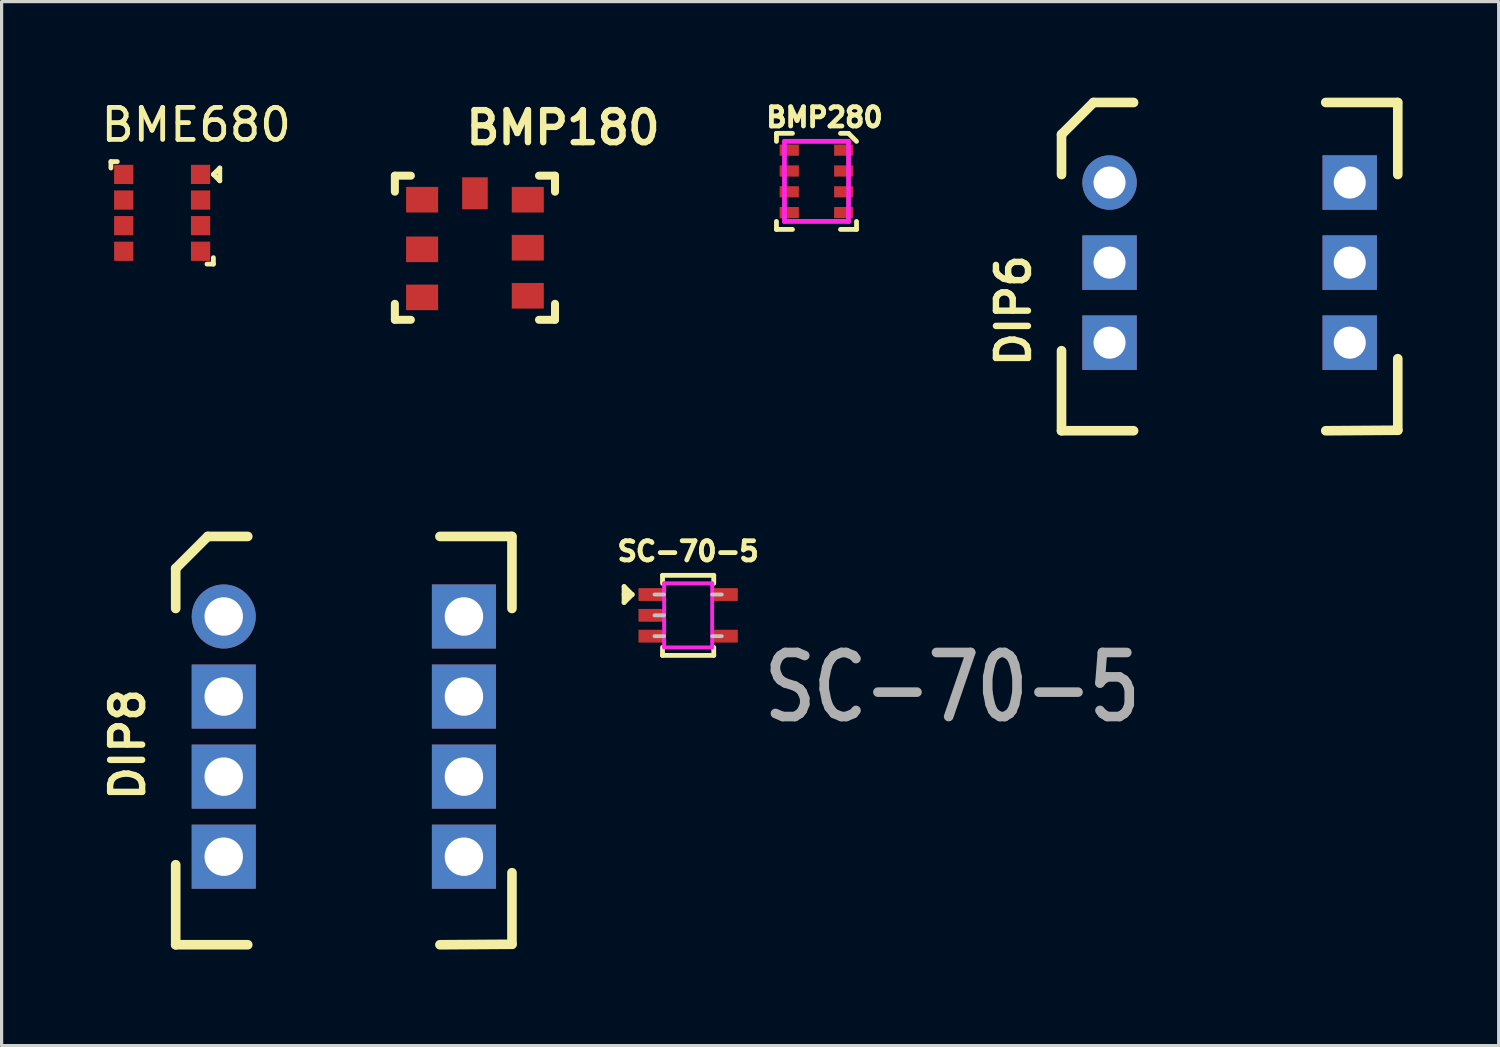
<source format=kicad_pcb>
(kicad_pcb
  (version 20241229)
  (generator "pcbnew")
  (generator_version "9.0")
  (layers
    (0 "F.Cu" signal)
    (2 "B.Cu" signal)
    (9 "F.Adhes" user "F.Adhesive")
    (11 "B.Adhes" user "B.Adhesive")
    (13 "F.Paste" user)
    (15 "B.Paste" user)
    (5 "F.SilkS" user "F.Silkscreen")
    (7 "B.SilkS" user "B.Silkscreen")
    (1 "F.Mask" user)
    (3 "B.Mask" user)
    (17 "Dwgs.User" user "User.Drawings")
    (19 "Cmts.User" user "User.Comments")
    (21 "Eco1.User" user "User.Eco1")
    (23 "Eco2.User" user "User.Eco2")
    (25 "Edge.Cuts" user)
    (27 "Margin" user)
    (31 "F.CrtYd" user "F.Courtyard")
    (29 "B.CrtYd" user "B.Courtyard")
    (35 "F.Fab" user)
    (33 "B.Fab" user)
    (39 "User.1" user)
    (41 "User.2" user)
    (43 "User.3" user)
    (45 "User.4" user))
  (footprint "BME680"
    (layer "F.Cu")
    (at 0.813 2.396)
    (property "Reference" "BME680" (at 2.264 -1.548 0) (layer "F.SilkS") (effects (font (size 1 1) (thickness 0.15))))
    (attr through_hole)
    (fp_line (start -0.4 -0.4) (end -0.2 -0.4) (stroke (width 0.15) (type solid)) (layer "F.SilkS"))
    (fp_line (start -0.4 -0.2) (end -0.4 -0.4) (stroke (width 0.15) (type solid)) (layer "F.SilkS"))
    (fp_line (start 2.6 2.8) (end 2.8 2.8) (stroke (width 0.15) (type solid)) (layer "F.SilkS"))
    (fp_line (start 2.8 0) (end 3 0.2) (stroke (width 0.15) (type solid)) (layer "F.SilkS"))
    (fp_line (start 2.8 2.8) (end 2.8 2.6) (stroke (width 0.15) (type solid)) (layer "F.SilkS"))
    (fp_line (start 3 -0.2) (end 2.8 0) (stroke (width 0.15) (type solid)) (layer "F.SilkS"))
    (fp_line (start 3 0.2) (end 3 -0.2) (stroke (width 0.15) (type solid)) (layer "F.SilkS"))
    (pad "1" smd rect (at 2.4 0) (size 0.6 0.6) (layers "F.Cu" "F.Mask" "F.Paste"))
    (pad "2" smd rect (at 2.4 0.8) (size 0.6 0.6) (layers "F.Cu" "F.Mask" "F.Paste"))
    (pad "3" smd rect (at 2.4 1.6) (size 0.6 0.6) (layers "F.Cu" "F.Mask" "F.Paste"))
    (pad "4" smd rect (at 2.4 2.4) (size 0.6 0.6) (layers "F.Cu" "F.Mask" "F.Paste"))
    (pad "5" smd rect (at 0 2.4) (size 0.6 0.6) (layers "F.Cu" "F.Mask" "F.Paste"))
    (pad "6" smd rect (at 0 1.6) (size 0.6 0.6) (layers "F.Cu" "F.Mask" "F.Paste"))
    (pad "7" smd rect (at 0 0.8) (size 0.6 0.6) (layers "F.Cu" "F.Mask" "F.Paste"))
    (pad "8" smd rect (at 0 0) (size 0.6 0.6) (layers "F.Cu" "F.Mask" "F.Paste")))
  (footprint "DIP6"
    (layer "F.Cu")
    (at 31.596 2.65)
    (property "Reference" "DIP6" (at -3 4 90) (layer "F.SilkS") (effects (font (size 1 1) (thickness 0.2))))
    (attr through_hole)
    (fp_line (start -1.5 -1.5) (end -1.5 -0.25) (stroke (width 0.3) (type solid)) (layer "F.SilkS"))
    (fp_line (start -1.5 7.75) (end -1.5 5.25) (stroke (width 0.3) (type solid)) (layer "F.SilkS"))
    (fp_line (start -1.5 7.75) (end 0.75 7.75) (stroke (width 0.3) (type solid)) (layer "F.SilkS"))
    (fp_line (start -0.5 -2.5) (end -1.5 -1.5) (stroke (width 0.3) (type solid)) (layer "F.SilkS"))
    (fp_line (start 0.75 -2.5) (end -0.5 -2.5) (stroke (width 0.3) (type solid)) (layer "F.SilkS"))
    (fp_line (start 8.992 -2.5) (end 6.75 -2.5) (stroke (width 0.3) (type solid)) (layer "F.SilkS"))
    (fp_line (start 9 -2.5) (end 9 -0.25) (stroke (width 0.3) (type solid)) (layer "F.SilkS"))
    (fp_line (start 9 5.5) (end 9 7.735) (stroke (width 0.3) (type solid)) (layer "F.SilkS"))
    (fp_line (start 9 7.735) (end 6.75 7.75) (stroke (width 0.3) (type solid)) (layer "F.SilkS"))
    (pad "1" thru_hole circle (at 0 0) (size 1.7 1.7) (drill 1) (layers "*.Cu" "*.Paste" "*.Mask"))
    (pad "2" thru_hole rect (at 0 2.5) (size 1.7 1.7) (drill 1) (layers "*.Cu" "*.Paste" "*.Mask"))
    (pad "3" thru_hole rect (at 0 5) (size 1.7 1.7) (drill 1) (layers "*.Cu" "*.Paste" "*.Mask"))
    (pad "4" thru_hole rect (at 7.5 5) (size 1.7 1.7) (drill 1) (layers "*.Cu" "*.Paste" "*.Mask"))
    (pad "5" thru_hole rect (at 7.5 2.5) (size 1.7 1.7) (drill 1) (layers "*.Cu" "*.Paste" "*.Mask"))
    (pad "6" thru_hole rect (at 7.5 0) (size 1.7 1.7) (drill 1) (layers "*.Cu" "*.Paste" "*.Mask")))
  (footprint "SC-70-5"
    (layer "F.Cu")
    (at 18.437 16.164)
    (property "Reference" "SC-70-5" (at 0 -2 0) (layer "F.SilkS") (effects (font (size 0.6 0.6) (thickness 0.15))))
    (attr smd)
    (fp_line (start -2 -0.4) (end -2 -0.9) (stroke (width 0.15) (type solid)) (layer "F.SilkS"))
    (fp_line (start -1.75 -0.65) (end -2 -0.9) (stroke (width 0.15) (type solid)) (layer "F.SilkS"))
    (fp_line (start -1.75 -0.65) (end -2 -0.65) (stroke (width 0.15) (type solid)) (layer "F.SilkS"))
    (fp_line (start -1.75 -0.65) (end -2 -0.4) (stroke (width 0.15) (type solid)) (layer "F.SilkS"))
    (fp_line (start -0.8 -1.25) (end 0.8 -1.25) (stroke (width 0.15) (type solid)) (layer "F.SilkS"))
    (fp_line (start -0.8 -1) (end -0.8 -1.25) (stroke (width 0.15) (type solid)) (layer "F.SilkS"))
    (fp_line (start -0.8 1.25) (end -0.8 1) (stroke (width 0.15) (type solid)) (layer "F.SilkS"))
    (fp_line (start 0.8 -1.25) (end 0.8 -1) (stroke (width 0.15) (type solid)) (layer "F.SilkS"))
    (fp_line (start 0.8 1) (end 0.8 1.25) (stroke (width 0.15) (type solid)) (layer "F.SilkS"))
    (fp_line (start 0.8 1.25) (end -0.8 1.25) (stroke (width 0.15) (type solid)) (layer "F.SilkS"))
    (fp_line (start -0.75 -0.65) (end -1.05 -0.65) (stroke (width 0.12) (type solid)) (layer "Dwgs.User"))
    (fp_line (start -0.75 0) (end -1.05 0) (stroke (width 0.12) (type solid)) (layer "Dwgs.User"))
    (fp_line (start -0.75 0.65) (end -1.05 0.65) (stroke (width 0.12) (type solid)) (layer "Dwgs.User"))
    (fp_line (start 1.05 -0.65) (end 0.75 -0.65) (stroke (width 0.12) (type solid)) (layer "Dwgs.User"))
    (fp_line (start 1.05 0.65) (end 0.75 0.65) (stroke (width 0.12) (type solid)) (layer "Dwgs.User"))
    (fp_line (start -0.75 -1) (end 0.75 -1) (stroke (width 0.12) (type solid)) (layer "F.CrtYd"))
    (fp_line (start -0.75 1) (end -0.75 -1) (stroke (width 0.12) (type solid)) (layer "F.CrtYd"))
    (fp_line (start 0.75 -1) (end 0.75 1) (stroke (width 0.12) (type solid)) (layer "F.CrtYd"))
    (fp_line (start 0.75 1) (end -0.75 1) (stroke (width 0.12) (type solid)) (layer "F.CrtYd"))
    (fp_text user "${REFERENCE}" (at 8.25 2.25 180) (layer "F.Fab") (effects (font (size 2 1.6) (thickness 0.3))))
    (pad "1" smd rect (at -1.15 -0.65) (size 0.8 0.4) (layers "F.Cu" "F.Mask" "F.Paste"))
    (pad "2" smd rect (at -1.15 0) (size 0.8 0.4) (layers "F.Cu" "F.Mask" "F.Paste"))
    (pad "3" smd rect (at -1.15 0.65) (size 0.8 0.4) (layers "F.Cu" "F.Mask" "F.Paste"))
    (pad "4" smd rect (at 1.15 0.65) (size 0.8 0.4) (layers "F.Cu" "F.Mask" "F.Paste"))
    (pad "5" smd rect (at 1.15 -0.65) (size 0.8 0.4) (layers "F.Cu" "F.Mask" "F.Paste")))
  (footprint "BMP280"
    (layer "F.Cu")
    (at 22.445 2.614)
    (property "Reference" "BMP280" (at 0.25 -2 0) (layer "F.SilkS") (effects (font (size 0.6 0.6) (thickness 0.15))))
    (attr through_hole)
    (fp_line (start -1.25 -1.5) (end -1.25 -1.25) (stroke (width 0.15) (type solid)) (layer "F.SilkS"))
    (fp_line (start -1.25 1.25) (end -1.25 1.5) (stroke (width 0.15) (type solid)) (layer "F.SilkS"))
    (fp_line (start -1.25 1.5) (end -0.75 1.5) (stroke (width 0.15) (type solid)) (layer "F.SilkS"))
    (fp_line (start -0.75 -1.5) (end -1.25 -1.5) (stroke (width 0.15) (type solid)) (layer "F.SilkS"))
    (fp_line (start 0.75 -1.5) (end 1 -1.5) (stroke (width 0.15) (type solid)) (layer "F.SilkS"))
    (fp_line (start 0.75 1.5) (end 1.25 1.5) (stroke (width 0.15) (type solid)) (layer "F.SilkS"))
    (fp_line (start 1 -1.5) (end 1.25 -1.25) (stroke (width 0.15) (type solid)) (layer "F.SilkS"))
    (fp_line (start 1.25 1.5) (end 1.25 1.25) (stroke (width 0.15) (type solid)) (layer "F.SilkS"))
    (fp_line (start -1 -1.25) (end 1 -1.25) (stroke (width 0.15) (type solid)) (layer "F.CrtYd"))
    (fp_line (start -1 1.25) (end -1 -1.25) (stroke (width 0.15) (type solid)) (layer "F.CrtYd"))
    (fp_line (start 1 -1.25) (end 1 1.25) (stroke (width 0.15) (type solid)) (layer "F.CrtYd"))
    (fp_line (start 1 1.25) (end -1 1.25) (stroke (width 0.15) (type solid)) (layer "F.CrtYd"))
    (pad "1" smd rect (at 0.85 -0.975) (size 0.6 0.35) (layers "F.Cu" "F.Mask" "F.Paste"))
    (pad "2" smd rect (at 0.85 -0.325) (size 0.6 0.35) (layers "F.Cu" "F.Mask" "F.Paste"))
    (pad "3" smd rect (at 0.85 0.325) (size 0.6 0.35) (layers "F.Cu" "F.Mask" "F.Paste"))
    (pad "4" smd rect (at 0.85 0.975) (size 0.6 0.35) (layers "F.Cu" "F.Mask" "F.Paste"))
    (pad "5" smd rect (at -0.85 0.975) (size 0.6 0.35) (layers "F.Cu" "F.Mask" "F.Paste"))
    (pad "6" smd rect (at -0.85 0.325) (size 0.6 0.35) (layers "F.Cu" "F.Mask" "F.Paste"))
    (pad "7" smd rect (at -0.85 -0.325) (size 0.6 0.35) (layers "F.Cu" "F.Mask" "F.Paste"))
    (pad "8" smd rect (at -0.85 -0.975) (size 0.6 0.35) (layers "F.Cu" "F.Mask" "F.Paste")))
  (footprint "DIP8"
    (layer "F.Cu")
    (at 3.936 16.2)
    (property "Reference" "DIP8" (at -3 4 90) (layer "F.SilkS") (effects (font (size 1 1) (thickness 0.2))))
    (attr through_hole)
    (fp_line (start -1.5 -1.5) (end -1.5 -0.25) (stroke (width 0.3) (type solid)) (layer "F.SilkS"))
    (fp_line (start -1.5 10.25) (end -1.5 7.75) (stroke (width 0.3) (type solid)) (layer "F.SilkS"))
    (fp_line (start -1.5 10.25) (end 0.75 10.25) (stroke (width 0.3) (type solid)) (layer "F.SilkS"))
    (fp_line (start -0.5 -2.5) (end -1.5 -1.5) (stroke (width 0.3) (type solid)) (layer "F.SilkS"))
    (fp_line (start 0.75 -2.5) (end -0.5 -2.5) (stroke (width 0.3) (type solid)) (layer "F.SilkS"))
    (fp_line (start 8.992 -2.5) (end 6.75 -2.5) (stroke (width 0.3) (type solid)) (layer "F.SilkS"))
    (fp_line (start 9 -2.5) (end 9 -0.25) (stroke (width 0.3) (type solid)) (layer "F.SilkS"))
    (fp_line (start 9 8) (end 9 10.235) (stroke (width 0.3) (type solid)) (layer "F.SilkS"))
    (fp_line (start 9 10.235) (end 6.75 10.25) (stroke (width 0.3) (type solid)) (layer "F.SilkS"))
    (pad "1" thru_hole circle (at 0 0) (size 2 2) (drill 1.2) (layers "*.Cu" "*.Paste" "*.Mask"))
    (pad "2" thru_hole rect (at 0 2.5) (size 2 2) (drill 1.2) (layers "*.Cu" "*.Paste" "*.Mask"))
    (pad "3" thru_hole rect (at 0 5) (size 2 2) (drill 1.2) (layers "*.Cu" "*.Paste" "*.Mask"))
    (pad "4" thru_hole rect (at 0 7.5) (size 2 2) (drill 1.2) (layers "*.Cu" "*.Paste" "*.Mask"))
    (pad "5" thru_hole rect (at 7.5 7.5) (size 2 2) (drill 1.2) (layers "*.Cu" "*.Paste" "*.Mask"))
    (pad "6" thru_hole rect (at 7.5 5) (size 2 2) (drill 1.2) (layers "*.Cu" "*.Paste" "*.Mask"))
    (pad "7" thru_hole rect (at 7.5 2.5) (size 2 2) (drill 1.2) (layers "*.Cu" "*.Paste" "*.Mask"))
    (pad "8" thru_hole rect (at 7.5 0) (size 2 2) (drill 1.2) (layers "*.Cu" "*.Paste" "*.Mask")))
  (footprint "BMP180"
    (layer "F.Cu")
    (at 11.78 3.186)
    (property "Reference" "BMP180" (at 2.75 -2.25 0) (layer "F.SilkS") (effects (font (size 1 1) (thickness 0.2))))
    (attr through_hole)
    (fp_line (start -2.5 -0.75) (end -2.5 -0.25) (stroke (width 0.25) (type solid)) (layer "F.SilkS"))
    (fp_line (start -2.5 3.25) (end -2.5 3.75) (stroke (width 0.25) (type solid)) (layer "F.SilkS"))
    (fp_line (start -2.5 3.75) (end -2 3.75) (stroke (width 0.25) (type solid)) (layer "F.SilkS"))
    (fp_line (start -2 -0.75) (end -2.5 -0.75) (stroke (width 0.25) (type solid)) (layer "F.SilkS"))
    (fp_line (start 2.5 -0.75) (end 2 -0.75) (stroke (width 0.25) (type solid)) (layer "F.SilkS"))
    (fp_line (start 2.5 -0.75) (end 2.5 -0.25) (stroke (width 0.25) (type solid)) (layer "F.SilkS"))
    (fp_line (start 2.5 3.75) (end 2 3.75) (stroke (width 0.25) (type solid)) (layer "F.SilkS"))
    (fp_line (start 2.5 3.75) (end 2.5 3.25) (stroke (width 0.25) (type solid)) (layer "F.SilkS"))
    (pad "1" smd rect (at -1.65 0) (size 1 0.8) (layers "F.Cu" "F.Mask" "F.Paste"))
    (pad "2" smd rect (at -1.65 1.55) (size 1 0.8) (layers "F.Cu" "F.Mask" "F.Paste"))
    (pad "3" smd rect (at -1.65 3.05) (size 1 0.8) (layers "F.Cu" "F.Mask" "F.Paste"))
    (pad "4" smd rect (at 1.65 3) (size 1 0.8) (layers "F.Cu" "F.Mask" "F.Paste"))
    (pad "5" smd rect (at 1.65 1.5) (size 1 0.8) (layers "F.Cu" "F.Mask" "F.Paste"))
    (pad "6" smd rect (at 1.65 0) (size 1 0.8) (layers "F.Cu" "F.Mask" "F.Paste"))
    (pad "7" smd rect (at 0 -0.2) (size 0.8 1) (layers "F.Cu" "F.Mask" "F.Paste")))
  (gr_rect
    (start -3 -3)
    (end 43.746 29.6)
    (stroke (width 0.1) (type default))
    (fill no)
    (layer "Edge.Cuts")))
</source>
